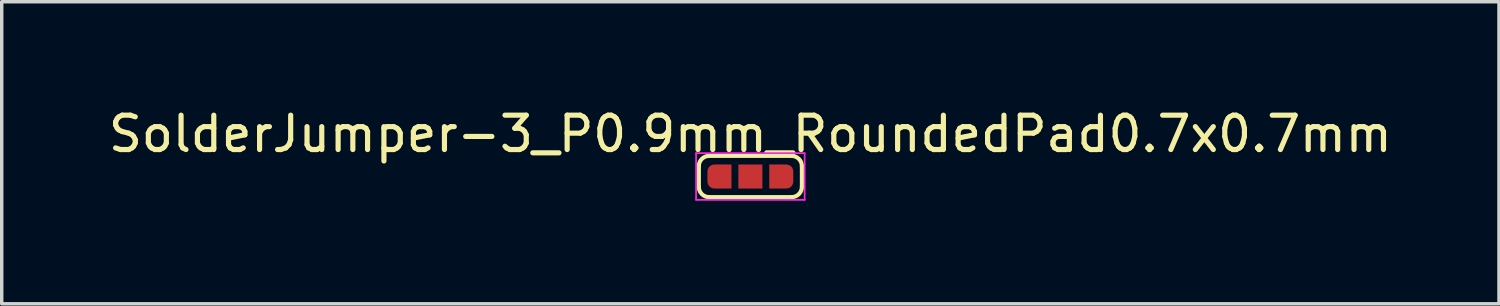
<source format=kicad_pcb>
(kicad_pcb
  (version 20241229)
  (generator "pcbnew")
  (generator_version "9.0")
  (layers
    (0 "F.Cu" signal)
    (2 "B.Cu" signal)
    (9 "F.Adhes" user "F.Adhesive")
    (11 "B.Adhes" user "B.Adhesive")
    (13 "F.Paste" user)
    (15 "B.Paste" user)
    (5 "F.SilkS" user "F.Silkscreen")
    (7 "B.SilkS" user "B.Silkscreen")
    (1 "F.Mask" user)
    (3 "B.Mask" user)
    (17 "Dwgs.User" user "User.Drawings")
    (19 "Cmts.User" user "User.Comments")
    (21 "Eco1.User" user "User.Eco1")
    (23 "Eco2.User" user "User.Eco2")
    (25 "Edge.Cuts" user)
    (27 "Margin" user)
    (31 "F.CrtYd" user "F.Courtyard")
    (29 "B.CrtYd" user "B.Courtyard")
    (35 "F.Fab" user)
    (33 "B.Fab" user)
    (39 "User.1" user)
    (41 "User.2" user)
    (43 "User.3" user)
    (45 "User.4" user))
  (footprint "SolderJumper-3_P0.9mm_RoundedPad0.7x0.7mm"
    (layer "F.Cu")
    (at 18.792 2.088)
    (property "Reference" "SolderJumper-3_P0.9mm_RoundedPad0.7x0.7mm" (at 0 -1.24 0) (layer "F.SilkS") (effects (font (size 1 1) (thickness 0.15))))
    (attr exclude_from_pos_files exclude_from_bom)
    (fp_line (start -1.5 0.3) (end -1.5 -0.3) (stroke (width 0.12) (type solid)) (layer "F.SilkS"))
    (fp_line (start -1.2 -0.6) (end 1.2 -0.6) (stroke (width 0.12) (type solid)) (layer "F.SilkS"))
    (fp_line (start 1.2 0.6) (end -1.2 0.6) (stroke (width 0.12) (type solid)) (layer "F.SilkS"))
    (fp_line (start 1.5 -0.3) (end 1.5 0.3) (stroke (width 0.12) (type solid)) (layer "F.SilkS"))
    (fp_arc (start -1.5 -0.3) (mid -1.412132 -0.512132) (end -1.2 -0.6) (stroke (width 0.12) (type solid)) (layer "F.SilkS"))
    (fp_arc (start -1.2 0.6) (mid -1.412132 0.512132) (end -1.5 0.3) (stroke (width 0.12) (type solid)) (layer "F.SilkS"))
    (fp_arc (start 1.2 -0.6) (mid 1.412132 -0.512132) (end 1.5 -0.3) (stroke (width 0.12) (type solid)) (layer "F.SilkS"))
    (fp_arc (start 1.5 0.3) (mid 1.412132 0.512132) (end 1.2 0.6) (stroke (width 0.12) (type solid)) (layer "F.SilkS"))
    (fp_line (start -1.58 -0.68) (end -1.58 0.68) (stroke (width 0.05) (type solid)) (layer "F.CrtYd"))
    (fp_line (start -1.58 -0.68) (end 1.58 -0.68) (stroke (width 0.05) (type solid)) (layer "F.CrtYd"))
    (fp_line (start 1.58 0.68) (end -1.58 0.68) (stroke (width 0.05) (type solid)) (layer "F.CrtYd"))
    (fp_line (start 1.58 0.68) (end 1.58 -0.68) (stroke (width 0.05) (type solid)) (layer "F.CrtYd"))
    (pad "1" smd custom (at -0.9 0) (size 0.7 0.3) (layers "F.Cu" "F.Mask") (options (anchor rect)) (primitives (gr_circle (center -0.15 -0.15) (end 0.05 -0.15) (width 0) (fill yes)) (gr_poly (pts (xy -0.15 -0.35) (xy 0.35 -0.35) (xy 0.35 0.35) (xy -0.15 0.35)) (width 0) (fill yes)) (gr_circle (center -0.15 0.15) (end 0.05 0.15) (width 0) (fill yes))))
    (pad "2" smd rect (at 0 0) (size 0.7 0.7) (layers "F.Cu" "F.Mask"))
    (pad "3" smd custom (at 0.9 0) (size 0.7 0.3) (layers "F.Cu" "F.Mask") (options (anchor rect)) (primitives (gr_circle (center 0.15 0.15) (end 0.35 0.15) (width 0) (fill yes)) (gr_circle (center 0.15 -0.15) (end 0.35 -0.15) (width 0) (fill yes)) (gr_poly (pts (xy -0.35 -0.35) (xy 0.15 -0.35) (xy 0.15 0.35) (xy -0.35 0.35)) (width 0) (fill yes)))))
  (gr_rect
    (start -3 -3)
    (end 40.583 5.793)
    (stroke (width 0.1) (type default))
    (fill no)
    (layer "Edge.Cuts")))
</source>
